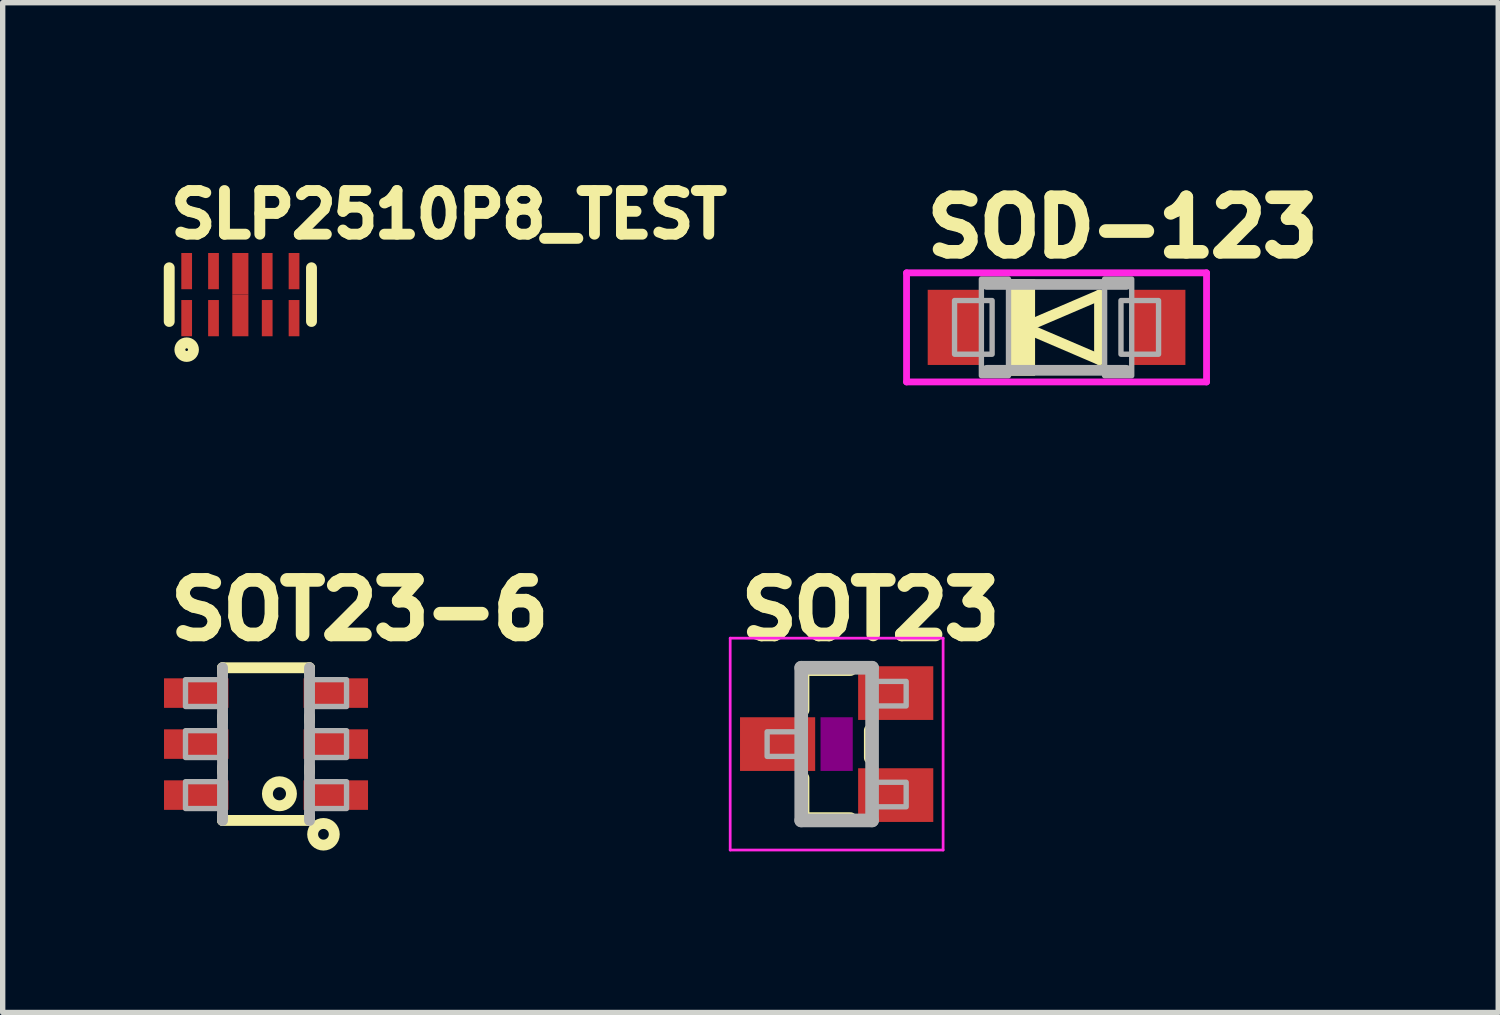
<source format=kicad_pcb>
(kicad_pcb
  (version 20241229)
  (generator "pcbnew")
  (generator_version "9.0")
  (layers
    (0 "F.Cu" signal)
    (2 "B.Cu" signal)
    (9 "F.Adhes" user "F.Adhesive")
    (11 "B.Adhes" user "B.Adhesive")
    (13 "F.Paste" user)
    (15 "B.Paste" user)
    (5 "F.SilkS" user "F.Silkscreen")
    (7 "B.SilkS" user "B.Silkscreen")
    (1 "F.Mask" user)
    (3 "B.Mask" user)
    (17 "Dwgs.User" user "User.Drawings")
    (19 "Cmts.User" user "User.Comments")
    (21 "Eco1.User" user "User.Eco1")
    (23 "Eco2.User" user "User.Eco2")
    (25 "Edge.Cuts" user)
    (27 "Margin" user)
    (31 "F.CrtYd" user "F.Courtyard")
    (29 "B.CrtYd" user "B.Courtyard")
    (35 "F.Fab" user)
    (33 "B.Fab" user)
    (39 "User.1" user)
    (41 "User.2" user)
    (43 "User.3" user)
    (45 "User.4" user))
  (footprint "SOT23-6"
    (layer "F.Cu")
    (at 1.905 10.81)
    (property "Reference" "SOT23-6" (at -1.905 -1.905 0) (layer "F.SilkS") (effects (font (size 1.016 1.016) (thickness 0.254)) (justify left bottom)))
    (fp_line (start -0.81 -1.422) (end 0.81 -1.422) (stroke (width 0.203) (type solid)) (layer "F.SilkS"))
    (fp_line (start -0.81 -1.328) (end -0.81 -1.422) (stroke (width 0.203) (type solid)) (layer "F.SilkS"))
    (fp_line (start -0.81 1.422) (end -0.81 1.328) (stroke (width 0.203) (type solid)) (layer "F.SilkS"))
    (fp_line (start -0.81 -0.522) (end -0.81 -0.428) (stroke (width 0.203) (type solid)) (layer "F.SilkS"))
    (fp_line (start -0.81 0.428) (end -0.81 0.522) (stroke (width 0.203) (type solid)) (layer "F.SilkS"))
    (fp_line (start 0.81 -1.422) (end 0.81 -1.328) (stroke (width 0.203) (type solid)) (layer "F.SilkS"))
    (fp_line (start 0.81 -0.522) (end 0.81 -0.428) (stroke (width 0.203) (type solid)) (layer "F.SilkS"))
    (fp_line (start 0.81 0.428) (end 0.81 0.522) (stroke (width 0.203) (type solid)) (layer "F.SilkS"))
    (fp_line (start 0.81 1.328) (end 0.81 1.422) (stroke (width 0.203) (type solid)) (layer "F.SilkS"))
    (fp_line (start 0.81 1.422) (end -0.81 1.422) (stroke (width 0.203) (type solid)) (layer "F.SilkS"))
    (fp_circle (center 0.25 0.925) (end 0.474 0.925) (stroke (width 0.203) (type solid)) (fill no) (layer "F.SilkS"))
    (fp_circle (center 1.07 1.68) (end 1.17 1.68) (stroke (width 0.203) (type solid)) (fill no) (layer "F.SilkS"))
    (fp_line (start -0.81 1.422) (end -0.81 -1.422) (stroke (width 0.203) (type solid)) (layer "F.Fab"))
    (fp_line (start 0.81 -1.422) (end 0.81 1.422) (stroke (width 0.203) (type solid)) (layer "F.Fab"))
    (fp_poly (pts (xy -0.85 -0.7) (xy -0.85 -1.2) (xy -1.5 -1.2) (xy -1.5 -0.7)) (stroke (width 0.1) (type solid)) (fill no) (layer "F.Fab"))
    (fp_poly (pts (xy -0.85 0.25) (xy -0.85 -0.25) (xy -1.5 -0.25) (xy -1.5 0.25)) (stroke (width 0.1) (type solid)) (fill no) (layer "F.Fab"))
    (fp_poly (pts (xy -0.85 1.2) (xy -0.85 0.7) (xy -1.5 0.7) (xy -1.5 1.2)) (stroke (width 0.1) (type solid)) (fill no) (layer "F.Fab"))
    (fp_poly (pts (xy 1.5 -0.7) (xy 1.5 -1.2) (xy 0.85 -1.2) (xy 0.85 -0.7)) (stroke (width 0.1) (type solid)) (fill no) (layer "F.Fab"))
    (fp_poly (pts (xy 1.5 0.25) (xy 1.5 -0.25) (xy 0.85 -0.25) (xy 0.85 0.25)) (stroke (width 0.1) (type solid)) (fill no) (layer "F.Fab"))
    (fp_poly (pts (xy 1.5 1.2) (xy 1.5 0.7) (xy 0.85 0.7) (xy 0.85 1.2)) (stroke (width 0.1) (type solid)) (fill no) (layer "F.Fab"))
    (pad "1" smd rect (at 1.3 0.95 90) (size 0.55 1.2) (layers "F.Cu" "F.Mask" "F.Paste"))
    (pad "2" smd rect (at 1.3 0 90) (size 0.55 1.2) (layers "F.Cu" "F.Mask" "F.Paste"))
    (pad "3" smd rect (at 1.3 -0.95 90) (size 0.55 1.2) (layers "F.Cu" "F.Mask" "F.Paste"))
    (pad "4" smd rect (at -1.3 -0.95 90) (size 0.55 1.2) (layers "F.Cu" "F.Mask" "F.Paste"))
    (pad "5" smd rect (at -1.3 0 90) (size 0.55 1.2) (layers "F.Cu" "F.Mask" "F.Paste"))
    (pad "6" smd rect (at -1.3 0.95 90) (size 0.55 1.2) (layers "F.Cu" "F.Mask" "F.Paste")))
  (footprint "SLP2510P8_TEST"
    (layer "F.Cu")
    (at 1.427 2.438)
    (property "Reference" "SLP2510P8_TEST" (at -1.397 -1.016 0) (layer "F.SilkS") (effects (font (size 0.813 0.813) (thickness 0.203)) (justify left bottom)))
    (fp_line (start -1.325 0.5) (end -1.325 -0.5) (stroke (width 0.203) (type solid)) (layer "F.SilkS"))
    (fp_line (start 1.325 0.5) (end 1.325 -0.5) (stroke (width 0.203) (type solid)) (layer "F.SilkS"))
    (fp_circle (center -1 1.025) (end -0.975 1.025) (stroke (width 0.203) (type solid)) (fill no) (layer "F.SilkS"))
    (fp_poly (pts (xy -1.11 -0.11) (xy -0.89 -0.11) (xy -0.89 -0.77) (xy -1.11 -0.77)) (stroke (width 0) (type solid)) (fill yes) (layer "F.Paste"))
    (fp_poly (pts (xy -1.11 0.77) (xy -0.89 0.77) (xy -0.89 0.11) (xy -1.11 0.11)) (stroke (width 0) (type solid)) (fill yes) (layer "F.Paste"))
    (fp_poly (pts (xy -0.61 -0.11) (xy -0.39 -0.11) (xy -0.39 -0.77) (xy -0.61 -0.77)) (stroke (width 0) (type solid)) (fill yes) (layer "F.Paste"))
    (fp_poly (pts (xy -0.61 0.77) (xy -0.39 0.77) (xy -0.39 0.11) (xy -0.61 0.11)) (stroke (width 0) (type solid)) (fill yes) (layer "F.Paste"))
    (fp_poly (pts (xy 0.39 -0.11) (xy 0.61 -0.11) (xy 0.61 -0.77) (xy 0.39 -0.77)) (stroke (width 0) (type solid)) (fill yes) (layer "F.Paste"))
    (fp_poly (pts (xy 0.39 0.77) (xy 0.61 0.77) (xy 0.61 0.11) (xy 0.39 0.11)) (stroke (width 0) (type solid)) (fill yes) (layer "F.Paste"))
    (fp_poly (pts (xy 0.89 -0.11) (xy 1.11 -0.11) (xy 1.11 -0.77) (xy 0.89 -0.77)) (stroke (width 0) (type solid)) (fill yes) (layer "F.Paste"))
    (fp_poly (pts (xy 0.89 0.77) (xy 1.11 0.77) (xy 1.11 0.11) (xy 0.89 0.11)) (stroke (width 0) (type solid)) (fill yes) (layer "F.Paste"))
    (pad "1" smd rect (at -1 0.438) (size 0.2 0.675) (layers "F.Cu" "F.Mask"))
    (pad "2" smd rect (at -0.5 0.438) (size 0.2 0.675) (layers "F.Cu" "F.Mask"))
    (pad "3" smd rect (at 0 0.388) (size 0.3 0.775) (layers "F.Cu" "F.Mask" "F.Paste"))
    (pad "4" smd rect (at 0.5 0.438) (size 0.2 0.675) (layers "F.Cu" "F.Mask"))
    (pad "5" smd rect (at 1 0.438) (size 0.2 0.675) (layers "F.Cu" "F.Mask"))
    (pad "6" smd rect (at 1 -0.438) (size 0.2 0.675) (layers "F.Cu" "F.Mask"))
    (pad "7" smd rect (at 0.5 -0.438) (size 0.2 0.675) (layers "F.Cu" "F.Mask"))
    (pad "8" smd rect (at 0 -0.388) (size 0.3 0.775) (layers "F.Cu" "F.Mask" "F.Paste"))
    (pad "9" smd rect (at -0.5 -0.438) (size 0.2 0.675) (layers "F.Cu" "F.Mask"))
    (pad "10" smd rect (at -1 -0.438) (size 0.2 0.675) (layers "F.Cu" "F.Mask")))
  (footprint "SOD-123"
    (layer "F.Cu")
    (at 16.63 3.048)
    (property "Reference" "SOD-123" (at -2.54 -1.27 0) (layer "F.SilkS") (effects (font (size 1.016 1.016) (thickness 0.254)) (justify left bottom)))
    (fp_line (start -0.6 0) (end 0.8 0.6) (stroke (width 0.2) (type solid)) (layer "F.SilkS"))
    (fp_line (start 0.8 -0.6) (end -0.6 0) (stroke (width 0.2) (type solid)) (layer "F.SilkS"))
    (fp_line (start 0.8 0.6) (end 0.8 -0.6) (stroke (width 0.2) (type solid)) (layer "F.SilkS"))
    (fp_poly (pts (xy -0.9 0.9) (xy -0.4 0.9) (xy -0.4 -0.9) (xy -0.9 -0.9)) (stroke (width 0) (type solid)) (fill yes) (layer "F.SilkS"))
    (fp_line (start -2.794 -1.016) (end -2.794 1.016) (stroke (width 0.127) (type solid)) (layer "F.CrtYd"))
    (fp_line (start -2.794 1.016) (end 2.794 1.016) (stroke (width 0.127) (type solid)) (layer "F.CrtYd"))
    (fp_line (start 2.794 -1.016) (end -2.794 -1.016) (stroke (width 0.127) (type solid)) (layer "F.CrtYd"))
    (fp_line (start 2.794 1.016) (end 2.794 -1.016) (stroke (width 0.127) (type solid)) (layer "F.CrtYd"))
    (fp_line (start 1.3 -0.8) (end -1.3 -0.8) (stroke (width 0.2) (type solid)) (layer "F.Fab"))
    (fp_line (start 1.3 0.8) (end -1.3 0.8) (stroke (width 0.2) (type solid)) (layer "F.Fab"))
    (fp_poly (pts (xy -1.9 0.5) (xy -1.2 0.5) (xy -1.2 -0.5) (xy -1.9 -0.5)) (stroke (width 0.1) (type solid)) (fill no) (layer "F.Fab"))
    (fp_poly (pts (xy -1.4 0.9) (xy -0.895 0.9) (xy -0.895 -0.9) (xy -1.4 -0.9)) (stroke (width 0.1) (type solid)) (fill no) (layer "F.Fab"))
    (fp_poly (pts (xy 0.895 0.9) (xy 1.4 0.9) (xy 1.4 -0.9) (xy 0.895 -0.9)) (stroke (width 0.1) (type solid)) (fill no) (layer "F.Fab"))
    (fp_poly (pts (xy 1.2 0.5) (xy 1.9 0.5) (xy 1.9 -0.5) (xy 1.2 -0.5)) (stroke (width 0.1) (type solid)) (fill no) (layer "F.Fab"))
    (pad "A" smd rect (at 1.9 0) (size 1 1.4) (layers "F.Cu" "F.Mask" "F.Paste"))
    (pad "C" smd rect (at -1.9 0) (size 1 1.4) (layers "F.Cu" "F.Mask" "F.Paste")))
  (footprint "SOT23"
    (layer "F.Cu")
    (at 12.534 10.81)
    (property "Reference" "SOT23" (at -1.905 -1.905 0) (layer "F.SilkS") (effects (font (size 1.016 1.016) (thickness 0.254)) (justify left bottom)))
    (fp_line (start -0.635 -1.397) (end 0.254 -1.397) (stroke (width 0.254) (type solid)) (layer "F.SilkS"))
    (fp_line (start -0.635 -0.635) (end -0.635 -1.397) (stroke (width 0.254) (type solid)) (layer "F.SilkS"))
    (fp_line (start -0.635 0.635) (end -0.635 1.397) (stroke (width 0.254) (type solid)) (layer "F.SilkS"))
    (fp_line (start -0.635 1.397) (end 0.254 1.397) (stroke (width 0.254) (type solid)) (layer "F.SilkS"))
    (fp_line (start 0.635 0.254) (end 0.635 -0.254) (stroke (width 0.254) (type solid)) (layer "F.SilkS"))
    (fp_poly (pts (xy 0.3 0.5) (xy 0.3 -0.5) (xy -0.3 -0.5) (xy -0.3 0.5)) (stroke (width 0) (type solid)) (fill yes) (layer "F.Adhes"))
    (fp_line (start -1.983 -1.973) (end 1.983 -1.973) (stroke (width 0.051) (type solid)) (layer "F.CrtYd"))
    (fp_line (start -1.983 1.973) (end -1.983 -1.973) (stroke (width 0.051) (type solid)) (layer "F.CrtYd"))
    (fp_line (start 1.983 -1.973) (end 1.983 1.973) (stroke (width 0.051) (type solid)) (layer "F.CrtYd"))
    (fp_line (start 1.983 1.973) (end -1.983 1.973) (stroke (width 0.051) (type solid)) (layer "F.CrtYd"))
    (fp_line (start -0.66 -1.422) (end 0.66 -1.422) (stroke (width 0.254) (type solid)) (layer "F.Fab"))
    (fp_line (start -0.66 1.422) (end -0.66 -1.422) (stroke (width 0.254) (type solid)) (layer "F.Fab"))
    (fp_line (start 0.66 -1.422) (end 0.66 1.422) (stroke (width 0.254) (type solid)) (layer "F.Fab"))
    (fp_line (start 0.66 1.422) (end -0.66 1.422) (stroke (width 0.254) (type solid)) (layer "F.Fab"))
    (fp_poly (pts (xy -0.711 0.229) (xy -0.711 -0.229) (xy -1.295 -0.229) (xy -1.295 0.229)) (stroke (width 0.1) (type solid)) (fill no) (layer "F.Fab"))
    (fp_poly (pts (xy 1.295 -0.711) (xy 1.295 -1.168) (xy 0.711 -1.168) (xy 0.711 -0.711)) (stroke (width 0.1) (type solid)) (fill no) (layer "F.Fab"))
    (fp_poly (pts (xy 1.295 1.168) (xy 1.295 0.711) (xy 0.711 0.711) (xy 0.711 1.168)) (stroke (width 0.1) (type solid)) (fill no) (layer "F.Fab"))
    (pad "1" smd rect (at 1.1 0.95 90) (size 1 1.4) (layers "F.Cu" "F.Mask" "F.Paste"))
    (pad "2" smd rect (at 1.1 -0.95 90) (size 1 1.4) (layers "F.Cu" "F.Mask" "F.Paste"))
    (pad "3" smd rect (at -1.1 0 90) (size 1 1.4) (layers "F.Cu" "F.Mask" "F.Paste")))
  (gr_rect
    (start -3 -3)
    (end 24.857 15.809)
    (stroke (width 0.1) (type default))
    (fill no)
    (layer "Edge.Cuts")))
</source>
